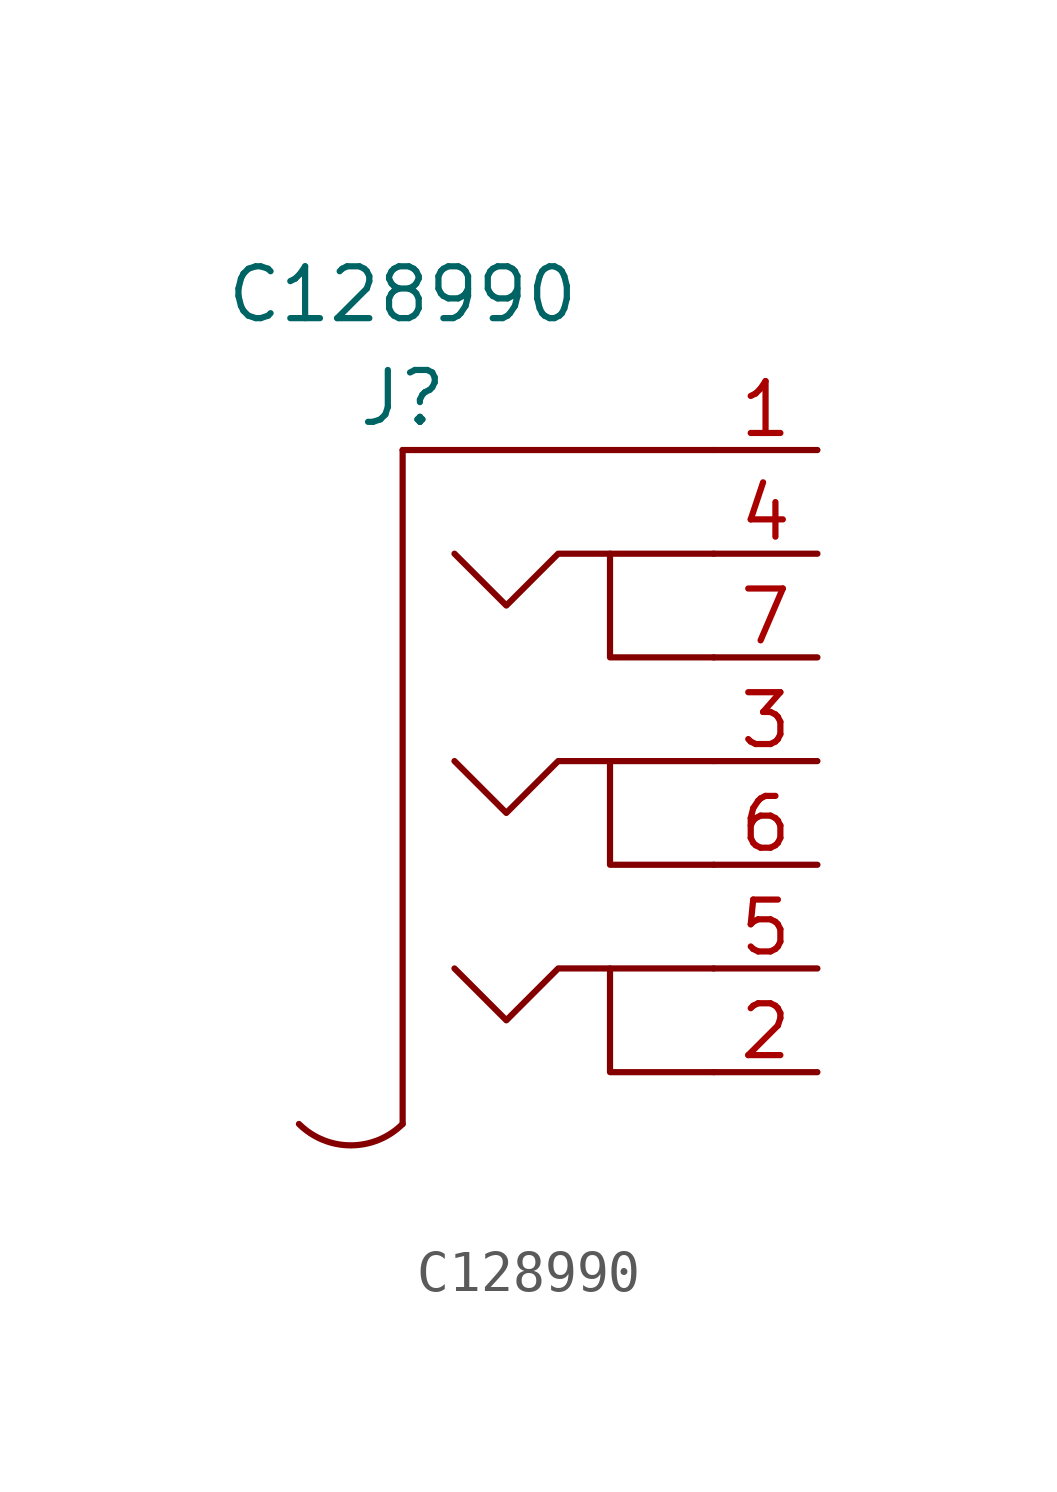
<source format=kicad_sym>
(kicad_symbol_lib
  (version 20220914)
  (generator kicad_symbol_editor)
  (symbol "C128990"
    (property "Reference" "J"
      (at 0 1.27 0)
      (effects (font (size 1.27 1.27))))
    (property "Value" "C128990"
      (at 0 3.81 0)
      (effects (font (size 1.27 1.27))))
    (symbol "C128990_0_1"
      (arc (start -2.54 -16.51) (mid -1.27 -17.0334) (end 0 -16.51) (stroke (width 0.1524) (type default)) (fill (type none)))
      (polyline (pts (xy 0 0) (xy 0 -16.51)) (stroke (width 0.152) (type default)) (fill (type none)))
      (polyline (pts (xy 7.62 0) (xy 0 0)) (stroke (width 0.152) (type default)) (fill (type none)))
      (polyline (pts (xy 7.62 -15.24) (xy 5.08 -15.24) (xy 5.08 -12.7)) (stroke (width 0.152) (type default)) (fill (type none)))
      (polyline (pts (xy 7.62 -10.16) (xy 5.08 -10.16) (xy 5.08 -7.62)) (stroke (width 0.152) (type default)) (fill (type none)))
      (polyline (pts (xy 7.62 -5.08) (xy 5.08 -5.08) (xy 5.08 -2.54)) (stroke (width 0.152) (type default)) (fill (type none)))
      (polyline (pts (xy 7.62 -12.7) (xy 3.81 -12.7) (xy 2.54 -13.97) (xy 1.27 -12.7)) (stroke (width 0.152) (type default)) (fill (type none)))
      (polyline (pts (xy 7.62 -7.62) (xy 3.81 -7.62) (xy 2.54 -8.89) (xy 1.27 -7.62)) (stroke (width 0.152) (type default)) (fill (type none)))
      (polyline (pts (xy 7.62 -2.54) (xy 3.81 -2.54) (xy 2.54 -3.81) (xy 1.27 -2.54)) (stroke (width 0.152) (type default)) (fill (type none))))
    (symbol "C128990_1_1"
      (pin bidirectional line (at 10.16 0 180) (length 2.54) (name "" (effects (font (size 1.27 1.27)))) (number "1" (effects (font (size 1.27 1.27)))))
      (pin bidirectional line (at 10.16 -15.24 180) (length 2.54) (name "" (effects (font (size 1.27 1.27)))) (number "2" (effects (font (size 1.27 1.27)))))
      (pin bidirectional line (at 10.16 -7.62 180) (length 2.54) (name "" (effects (font (size 1.27 1.27)))) (number "3" (effects (font (size 1.27 1.27)))))
      (pin bidirectional line (at 10.16 -2.54 180) (length 2.54) (name "" (effects (font (size 1.27 1.27)))) (number "4" (effects (font (size 1.27 1.27)))))
      (pin bidirectional line (at 10.16 -12.7 180) (length 2.54) (name "" (effects (font (size 1.27 1.27)))) (number "5" (effects (font (size 1.27 1.27)))))
      (pin bidirectional line (at 10.16 -10.16 180) (length 2.54) (name "" (effects (font (size 1.27 1.27)))) (number "6" (effects (font (size 1.27 1.27)))))
      (pin bidirectional line (at 10.16 -5.08 180) (length 2.54) (name "" (effects (font (size 1.27 1.27)))) (number "7" (effects (font (size 1.27 1.27))))))))
</source>
